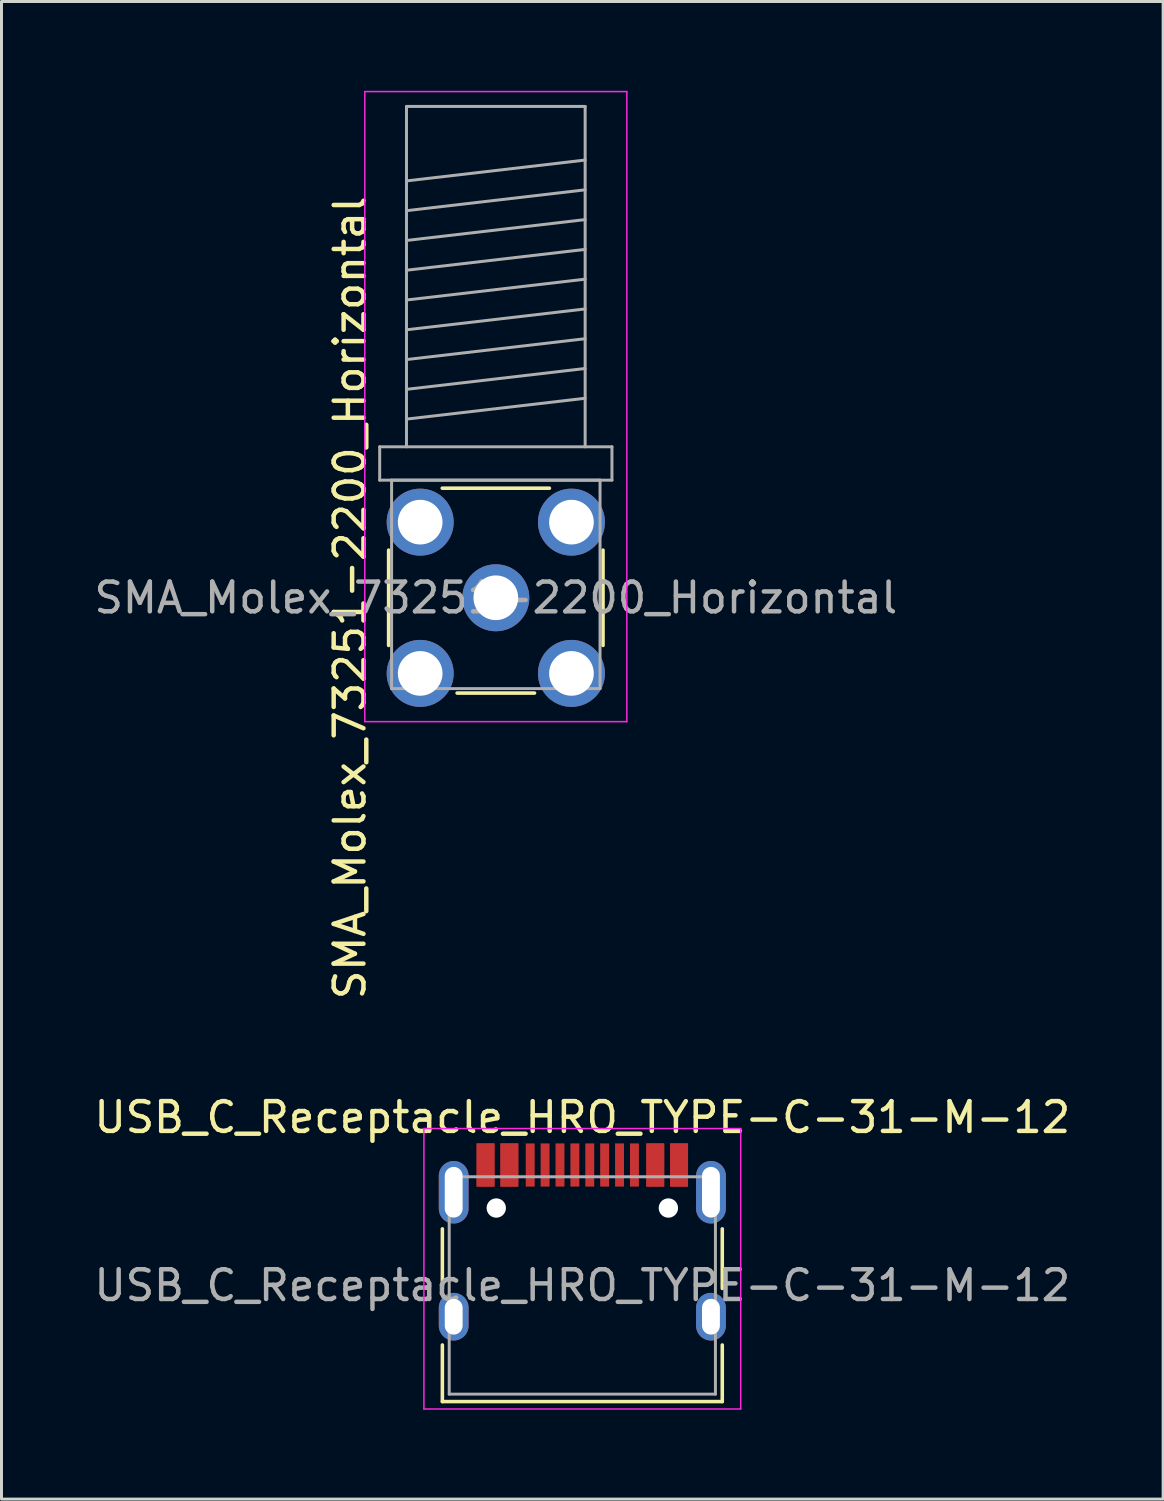
<source format=kicad_pcb>
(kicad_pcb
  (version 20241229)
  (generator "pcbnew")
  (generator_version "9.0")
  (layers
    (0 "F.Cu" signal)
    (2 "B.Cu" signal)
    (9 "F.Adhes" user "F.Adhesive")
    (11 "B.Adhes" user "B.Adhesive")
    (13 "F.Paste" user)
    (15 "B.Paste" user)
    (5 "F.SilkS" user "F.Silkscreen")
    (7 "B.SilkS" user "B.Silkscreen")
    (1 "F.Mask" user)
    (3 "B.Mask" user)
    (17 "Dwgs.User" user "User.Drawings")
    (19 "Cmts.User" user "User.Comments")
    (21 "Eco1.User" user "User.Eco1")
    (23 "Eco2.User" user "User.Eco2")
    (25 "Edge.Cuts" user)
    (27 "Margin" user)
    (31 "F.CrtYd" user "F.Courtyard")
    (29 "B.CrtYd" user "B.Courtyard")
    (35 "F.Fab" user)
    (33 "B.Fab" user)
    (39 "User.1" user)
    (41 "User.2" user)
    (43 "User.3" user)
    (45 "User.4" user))
  (footprint "SMA_Molex_73251-2200_Horizontal"
    (layer "F.Cu")
    (at 13.601 17.025)
    (property "Reference" "SMA_Molex_73251-2200_Horizontal" (at -4.9 0 90) (layer "F.SilkS") (effects (font (size 1 1) (thickness 0.15))))
    (attr through_hole)
    (fp_line (start -3.6 -1.6) (end -3.6 1.6) (stroke (width 0.12) (type solid)) (layer "F.SilkS"))
    (fp_line (start -1.8 -3.68) (end 1.8 -3.68) (stroke (width 0.12) (type solid)) (layer "F.SilkS"))
    (fp_line (start -1.3 3.2) (end 1.3 3.2) (stroke (width 0.12) (type solid)) (layer "F.SilkS"))
    (fp_line (start 3.6 -1.6) (end 3.6 1.6) (stroke (width 0.12) (type solid)) (layer "F.SilkS"))
    (fp_line (start -4.4 -17) (end -4.4 4.16) (stroke (width 0.05) (type solid)) (layer "F.CrtYd"))
    (fp_line (start -4.4 -17) (end 4.4 -17) (stroke (width 0.05) (type solid)) (layer "F.CrtYd"))
    (fp_line (start 4.4 4.16) (end -4.4 4.16) (stroke (width 0.05) (type solid)) (layer "F.CrtYd"))
    (fp_line (start 4.4 4.16) (end 4.4 -17) (stroke (width 0.05) (type solid)) (layer "F.CrtYd"))
    (fp_line (start -3.9 -5.07) (end -3.9 -3.95) (stroke (width 0.1) (type solid)) (layer "F.Fab"))
    (fp_line (start -3.9 -3.95) (end 3.9 -3.95) (stroke (width 0.1) (type solid)) (layer "F.Fab"))
    (fp_line (start -3.5 -3.95) (end -3.5 3.05) (stroke (width 0.1) (type solid)) (layer "F.Fab"))
    (fp_line (start -3.5 -3.95) (end 3.5 -3.95) (stroke (width 0.1) (type solid)) (layer "F.Fab"))
    (fp_line (start -3.5 3.05) (end 3.5 3.05) (stroke (width 0.1) (type solid)) (layer "F.Fab"))
    (fp_line (start -3 -16.5) (end -3 -5.07) (stroke (width 0.1) (type solid)) (layer "F.Fab"))
    (fp_line (start -3 -16.5) (end 3 -16.5) (stroke (width 0.1) (type solid)) (layer "F.Fab"))
    (fp_line (start -3 -14) (end 3 -14.7) (stroke (width 0.1) (type solid)) (layer "F.Fab"))
    (fp_line (start -3 -13) (end 3 -13.7) (stroke (width 0.1) (type solid)) (layer "F.Fab"))
    (fp_line (start -3 -12) (end 3 -12.7) (stroke (width 0.1) (type solid)) (layer "F.Fab"))
    (fp_line (start -3 -11) (end 3 -11.7) (stroke (width 0.1) (type solid)) (layer "F.Fab"))
    (fp_line (start -3 -10) (end 3 -10.7) (stroke (width 0.1) (type solid)) (layer "F.Fab"))
    (fp_line (start -3 -9) (end 3 -9.7) (stroke (width 0.1) (type solid)) (layer "F.Fab"))
    (fp_line (start -3 -8) (end 3 -8.7) (stroke (width 0.1) (type solid)) (layer "F.Fab"))
    (fp_line (start -3 -7) (end 3 -7.7) (stroke (width 0.1) (type solid)) (layer "F.Fab"))
    (fp_line (start -3 -6) (end 3 -6.7) (stroke (width 0.1) (type solid)) (layer "F.Fab"))
    (fp_line (start 3 -16.5) (end 3 -5.07) (stroke (width 0.1) (type solid)) (layer "F.Fab"))
    (fp_line (start 3.5 -3.95) (end 3.5 3.05) (stroke (width 0.1) (type solid)) (layer "F.Fab"))
    (fp_line (start 3.9 -5.07) (end -3.9 -5.07) (stroke (width 0.1) (type solid)) (layer "F.Fab"))
    (fp_line (start 3.9 -3.95) (end 3.9 -5.07) (stroke (width 0.1) (type solid)) (layer "F.Fab"))
    (fp_text user "${REFERENCE}" (at 0 0 0) (layer "F.Fab") (effects (font (size 1 1) (thickness 0.15))))
    (pad "1" thru_hole circle (at 0 0) (size 2.25 2.25) (drill 1.5) (layers "*.Cu" "*.Mask"))
    (pad "2" thru_hole circle (at -2.54 -2.54) (size 2.25 2.25) (drill 1.5) (layers "*.Cu" "*.Mask"))
    (pad "2" thru_hole circle (at -2.54 2.54) (size 2.25 2.25) (drill 1.5) (layers "*.Cu" "*.Mask"))
    (pad "2" thru_hole circle (at 2.54 -2.54) (size 2.25 2.25) (drill 1.5) (layers "*.Cu" "*.Mask"))
    (pad "2" thru_hole circle (at 2.54 2.54 90) (size 2.25 2.25) (drill 1.5) (layers "*.Cu" "*.Mask")))
  (footprint "USB_C_Receptacle_HRO_TYPE-C-31-M-12"
    (layer "F.Cu")
    (at 16.506 40.119)
    (property "Reference" "USB_C_Receptacle_HRO_TYPE-C-31-M-12" (at 0 -5.645 0) (layer "F.SilkS") (effects (font (size 1 1) (thickness 0.15))))
    (attr smd)
    (fp_line (start -4.7 -1.9) (end -4.7 0.1) (stroke (width 0.12) (type solid)) (layer "F.SilkS"))
    (fp_line (start -4.7 2) (end -4.7 3.9) (stroke (width 0.12) (type solid)) (layer "F.SilkS"))
    (fp_line (start -4.7 3.9) (end 4.7 3.9) (stroke (width 0.12) (type solid)) (layer "F.SilkS"))
    (fp_line (start 4.7 -1.9) (end 4.7 0.1) (stroke (width 0.12) (type solid)) (layer "F.SilkS"))
    (fp_line (start 4.7 2) (end 4.7 3.9) (stroke (width 0.12) (type solid)) (layer "F.SilkS"))
    (fp_line (start -5.32 -5.27) (end -5.32 4.15) (stroke (width 0.05) (type solid)) (layer "F.CrtYd"))
    (fp_line (start -5.32 -5.27) (end 5.32 -5.27) (stroke (width 0.05) (type solid)) (layer "F.CrtYd"))
    (fp_line (start -5.32 4.15) (end 5.32 4.15) (stroke (width 0.05) (type solid)) (layer "F.CrtYd"))
    (fp_line (start 5.32 -5.27) (end 5.32 4.15) (stroke (width 0.05) (type solid)) (layer "F.CrtYd"))
    (fp_line (start -4.47 -3.65) (end -4.47 3.65) (stroke (width 0.1) (type solid)) (layer "F.Fab"))
    (fp_line (start -4.47 -3.65) (end 4.47 -3.65) (stroke (width 0.1) (type solid)) (layer "F.Fab"))
    (fp_line (start -4.47 3.65) (end 4.47 3.65) (stroke (width 0.1) (type solid)) (layer "F.Fab"))
    (fp_line (start 4.47 -3.65) (end 4.47 3.65) (stroke (width 0.1) (type solid)) (layer "F.Fab"))
    (fp_text user "${REFERENCE}" (at 0 0 0) (layer "F.Fab") (effects (font (size 1 1) (thickness 0.15))))
    (pad "" np_thru_hole circle (at -2.89 -2.6) (size 0.65 0.65) (drill 0.65) (layers "*.Cu" "*.Mask"))
    (pad "" np_thru_hole circle (at 2.89 -2.6) (size 0.65 0.65) (drill 0.65) (layers "*.Cu" "*.Mask"))
    (pad "A1" smd rect (at -3.25 -4.045) (size 0.6 1.45) (layers "F.Cu" "F.Mask" "F.Paste"))
    (pad "A4" smd rect (at -2.45 -4.045) (size 0.6 1.45) (layers "F.Cu" "F.Mask" "F.Paste"))
    (pad "A5" smd rect (at -1.25 -4.045) (size 0.3 1.45) (layers "F.Cu" "F.Mask" "F.Paste"))
    (pad "A6" smd rect (at -0.25 -4.045) (size 0.3 1.45) (layers "F.Cu" "F.Mask" "F.Paste"))
    (pad "A7" smd rect (at 0.25 -4.045) (size 0.3 1.45) (layers "F.Cu" "F.Mask" "F.Paste"))
    (pad "A8" smd rect (at 1.25 -4.045) (size 0.3 1.45) (layers "F.Cu" "F.Mask" "F.Paste"))
    (pad "A9" smd rect (at 2.45 -4.045) (size 0.6 1.45) (layers "F.Cu" "F.Mask" "F.Paste"))
    (pad "A12" smd rect (at 3.25 -4.045) (size 0.6 1.45) (layers "F.Cu" "F.Mask" "F.Paste"))
    (pad "B1" smd rect (at 3.25 -4.045) (size 0.6 1.45) (layers "F.Cu" "F.Mask" "F.Paste"))
    (pad "B4" smd rect (at 2.45 -4.045) (size 0.6 1.45) (layers "F.Cu" "F.Mask" "F.Paste"))
    (pad "B5" smd rect (at 1.75 -4.045) (size 0.3 1.45) (layers "F.Cu" "F.Mask" "F.Paste"))
    (pad "B6" smd rect (at 0.75 -4.045) (size 0.3 1.45) (layers "F.Cu" "F.Mask" "F.Paste"))
    (pad "B7" smd rect (at -0.75 -4.045) (size 0.3 1.45) (layers "F.Cu" "F.Mask" "F.Paste"))
    (pad "B8" smd rect (at -1.75 -4.045) (size 0.3 1.45) (layers "F.Cu" "F.Mask" "F.Paste"))
    (pad "B9" smd rect (at -2.45 -4.045) (size 0.6 1.45) (layers "F.Cu" "F.Mask" "F.Paste"))
    (pad "B12" smd rect (at -3.25 -4.045) (size 0.6 1.45) (layers "F.Cu" "F.Mask" "F.Paste"))
    (pad "S1" thru_hole oval (at -4.32 -3.13) (size 1 2.1) (drill oval 0.6 1.7) (layers "*.Cu" "*.Mask"))
    (pad "S1" thru_hole oval (at -4.32 1.05) (size 1 1.6) (drill oval 0.6 1.2) (layers "*.Cu" "*.Mask"))
    (pad "S1" thru_hole oval (at 4.32 -3.13) (size 1 2.1) (drill oval 0.6 1.7) (layers "*.Cu" "*.Mask"))
    (pad "S1" thru_hole oval (at 4.32 1.05) (size 1 1.6) (drill oval 0.6 1.2) (layers "*.Cu" "*.Mask")))
  (gr_rect
    (start -3 -3)
    (end 36.012 47.294)
    (stroke (width 0.1) (type default))
    (fill no)
    (layer "Edge.Cuts")))
</source>
